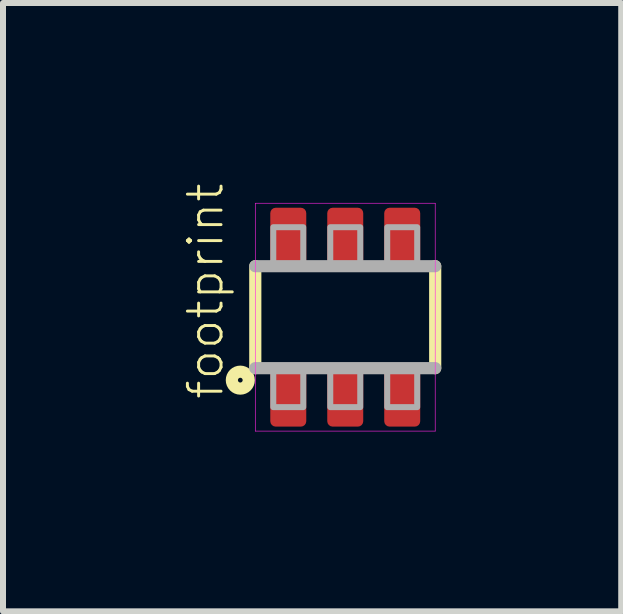
<source format=kicad_pcb>
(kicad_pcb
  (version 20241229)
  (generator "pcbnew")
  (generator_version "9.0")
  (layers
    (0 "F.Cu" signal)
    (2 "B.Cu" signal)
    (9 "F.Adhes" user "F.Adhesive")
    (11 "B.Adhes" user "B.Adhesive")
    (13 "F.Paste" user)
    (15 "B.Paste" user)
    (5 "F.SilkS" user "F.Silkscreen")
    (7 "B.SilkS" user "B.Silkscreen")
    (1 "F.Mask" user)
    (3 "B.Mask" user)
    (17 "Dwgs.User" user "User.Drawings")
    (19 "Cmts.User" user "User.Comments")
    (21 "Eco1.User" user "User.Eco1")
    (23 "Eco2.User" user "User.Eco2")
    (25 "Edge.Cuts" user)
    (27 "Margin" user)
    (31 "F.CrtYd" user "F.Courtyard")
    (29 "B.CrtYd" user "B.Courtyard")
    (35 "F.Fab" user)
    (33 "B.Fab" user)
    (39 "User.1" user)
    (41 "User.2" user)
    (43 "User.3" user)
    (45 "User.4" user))
  (footprint "footprint"
    (layer "F.Cu")
    (at 2.707 2.239)
    (property "Reference" "footprint" (at -2 1.4 90) (layer "F.SilkS") (effects (font (size 0.561 0.561) (thickness 0.049)) (justify left bottom)))
    (fp_line (start -1.5 -0.85) (end -1.5 0.85) (stroke (width 0.203) (type solid)) (layer "F.SilkS"))
    (fp_line (start 1.5 0.85) (end 1.5 -0.85) (stroke (width 0.203) (type solid)) (layer "F.SilkS"))
    (fp_circle (center -1.75 1.05) (end -1.609 1.05) (stroke (width 0.203) (type solid)) (fill no) (layer "F.SilkS"))
    (fp_line (start -1.5 -1.9) (end 1.5 -1.9) (stroke (width 0.01) (type solid)) (layer "F.CrtYd"))
    (fp_line (start -1.5 1.9) (end -1.5 -1.9) (stroke (width 0.01) (type solid)) (layer "F.CrtYd"))
    (fp_line (start 1.5 -1.9) (end 1.5 1.9) (stroke (width 0.01) (type solid)) (layer "F.CrtYd"))
    (fp_line (start 1.5 1.9) (end -1.5 1.9) (stroke (width 0.01) (type solid)) (layer "F.CrtYd"))
    (fp_line (start -1.5 0.85) (end 1.5 0.85) (stroke (width 0.203) (type solid)) (layer "F.Fab"))
    (fp_line (start 1.5 -0.85) (end -1.5 -0.85) (stroke (width 0.203) (type solid)) (layer "F.Fab"))
    (fp_poly (pts (xy -1.2 -0.85) (xy -0.7 -0.85) (xy -0.7 -1.5) (xy -1.2 -1.5)) (stroke (width 0.1) (type solid)) (fill no) (layer "F.Fab"))
    (fp_poly (pts (xy -1.2 1.5) (xy -0.7 1.5) (xy -0.7 0.85) (xy -1.2 0.85)) (stroke (width 0.1) (type solid)) (fill no) (layer "F.Fab"))
    (fp_poly (pts (xy -0.25 -0.85) (xy 0.25 -0.85) (xy 0.25 -1.5) (xy -0.25 -1.5)) (stroke (width 0.1) (type solid)) (fill no) (layer "F.Fab"))
    (fp_poly (pts (xy -0.25 1.5) (xy 0.25 1.5) (xy 0.25 0.85) (xy -0.25 0.85)) (stroke (width 0.1) (type solid)) (fill no) (layer "F.Fab"))
    (fp_poly (pts (xy 0.7 -0.85) (xy 1.2 -0.85) (xy 1.2 -1.5) (xy 0.7 -1.5)) (stroke (width 0.1) (type solid)) (fill no) (layer "F.Fab"))
    (fp_poly (pts (xy 0.7 1.5) (xy 1.2 1.5) (xy 1.2 0.85) (xy 0.7 0.85)) (stroke (width 0.1) (type solid)) (fill no) (layer "F.Fab"))
    (pad "1" smd roundrect (at -0.95 1.3 90) (size 1.05 0.6) (layers "F.Cu" "F.Mask" "F.Paste") (roundrect_rratio 0.15))
    (pad "2" smd roundrect (at 0 1.3 90) (size 1.05 0.6) (layers "F.Cu" "F.Mask" "F.Paste") (roundrect_rratio 0.15))
    (pad "3" smd roundrect (at 0.95 1.3 90) (size 1.05 0.6) (layers "F.Cu" "F.Mask" "F.Paste") (roundrect_rratio 0.15))
    (pad "4" smd roundrect (at 0.95 -1.3 90) (size 1.05 0.6) (layers "F.Cu" "F.Mask" "F.Paste") (roundrect_rratio 0.15))
    (pad "5" smd roundrect (at 0 -1.3 90) (size 1.05 0.6) (layers "F.Cu" "F.Mask" "F.Paste") (roundrect_rratio 0.15))
    (pad "6" smd roundrect (at -0.95 -1.3 90) (size 1.05 0.6) (layers "F.Cu" "F.Mask" "F.Paste") (roundrect_rratio 0.15)))
  (gr_rect
    (start -3 -3)
    (end 7.309 7.144)
    (stroke (width 0.1) (type default))
    (fill no)
    (layer "Edge.Cuts")))
</source>
